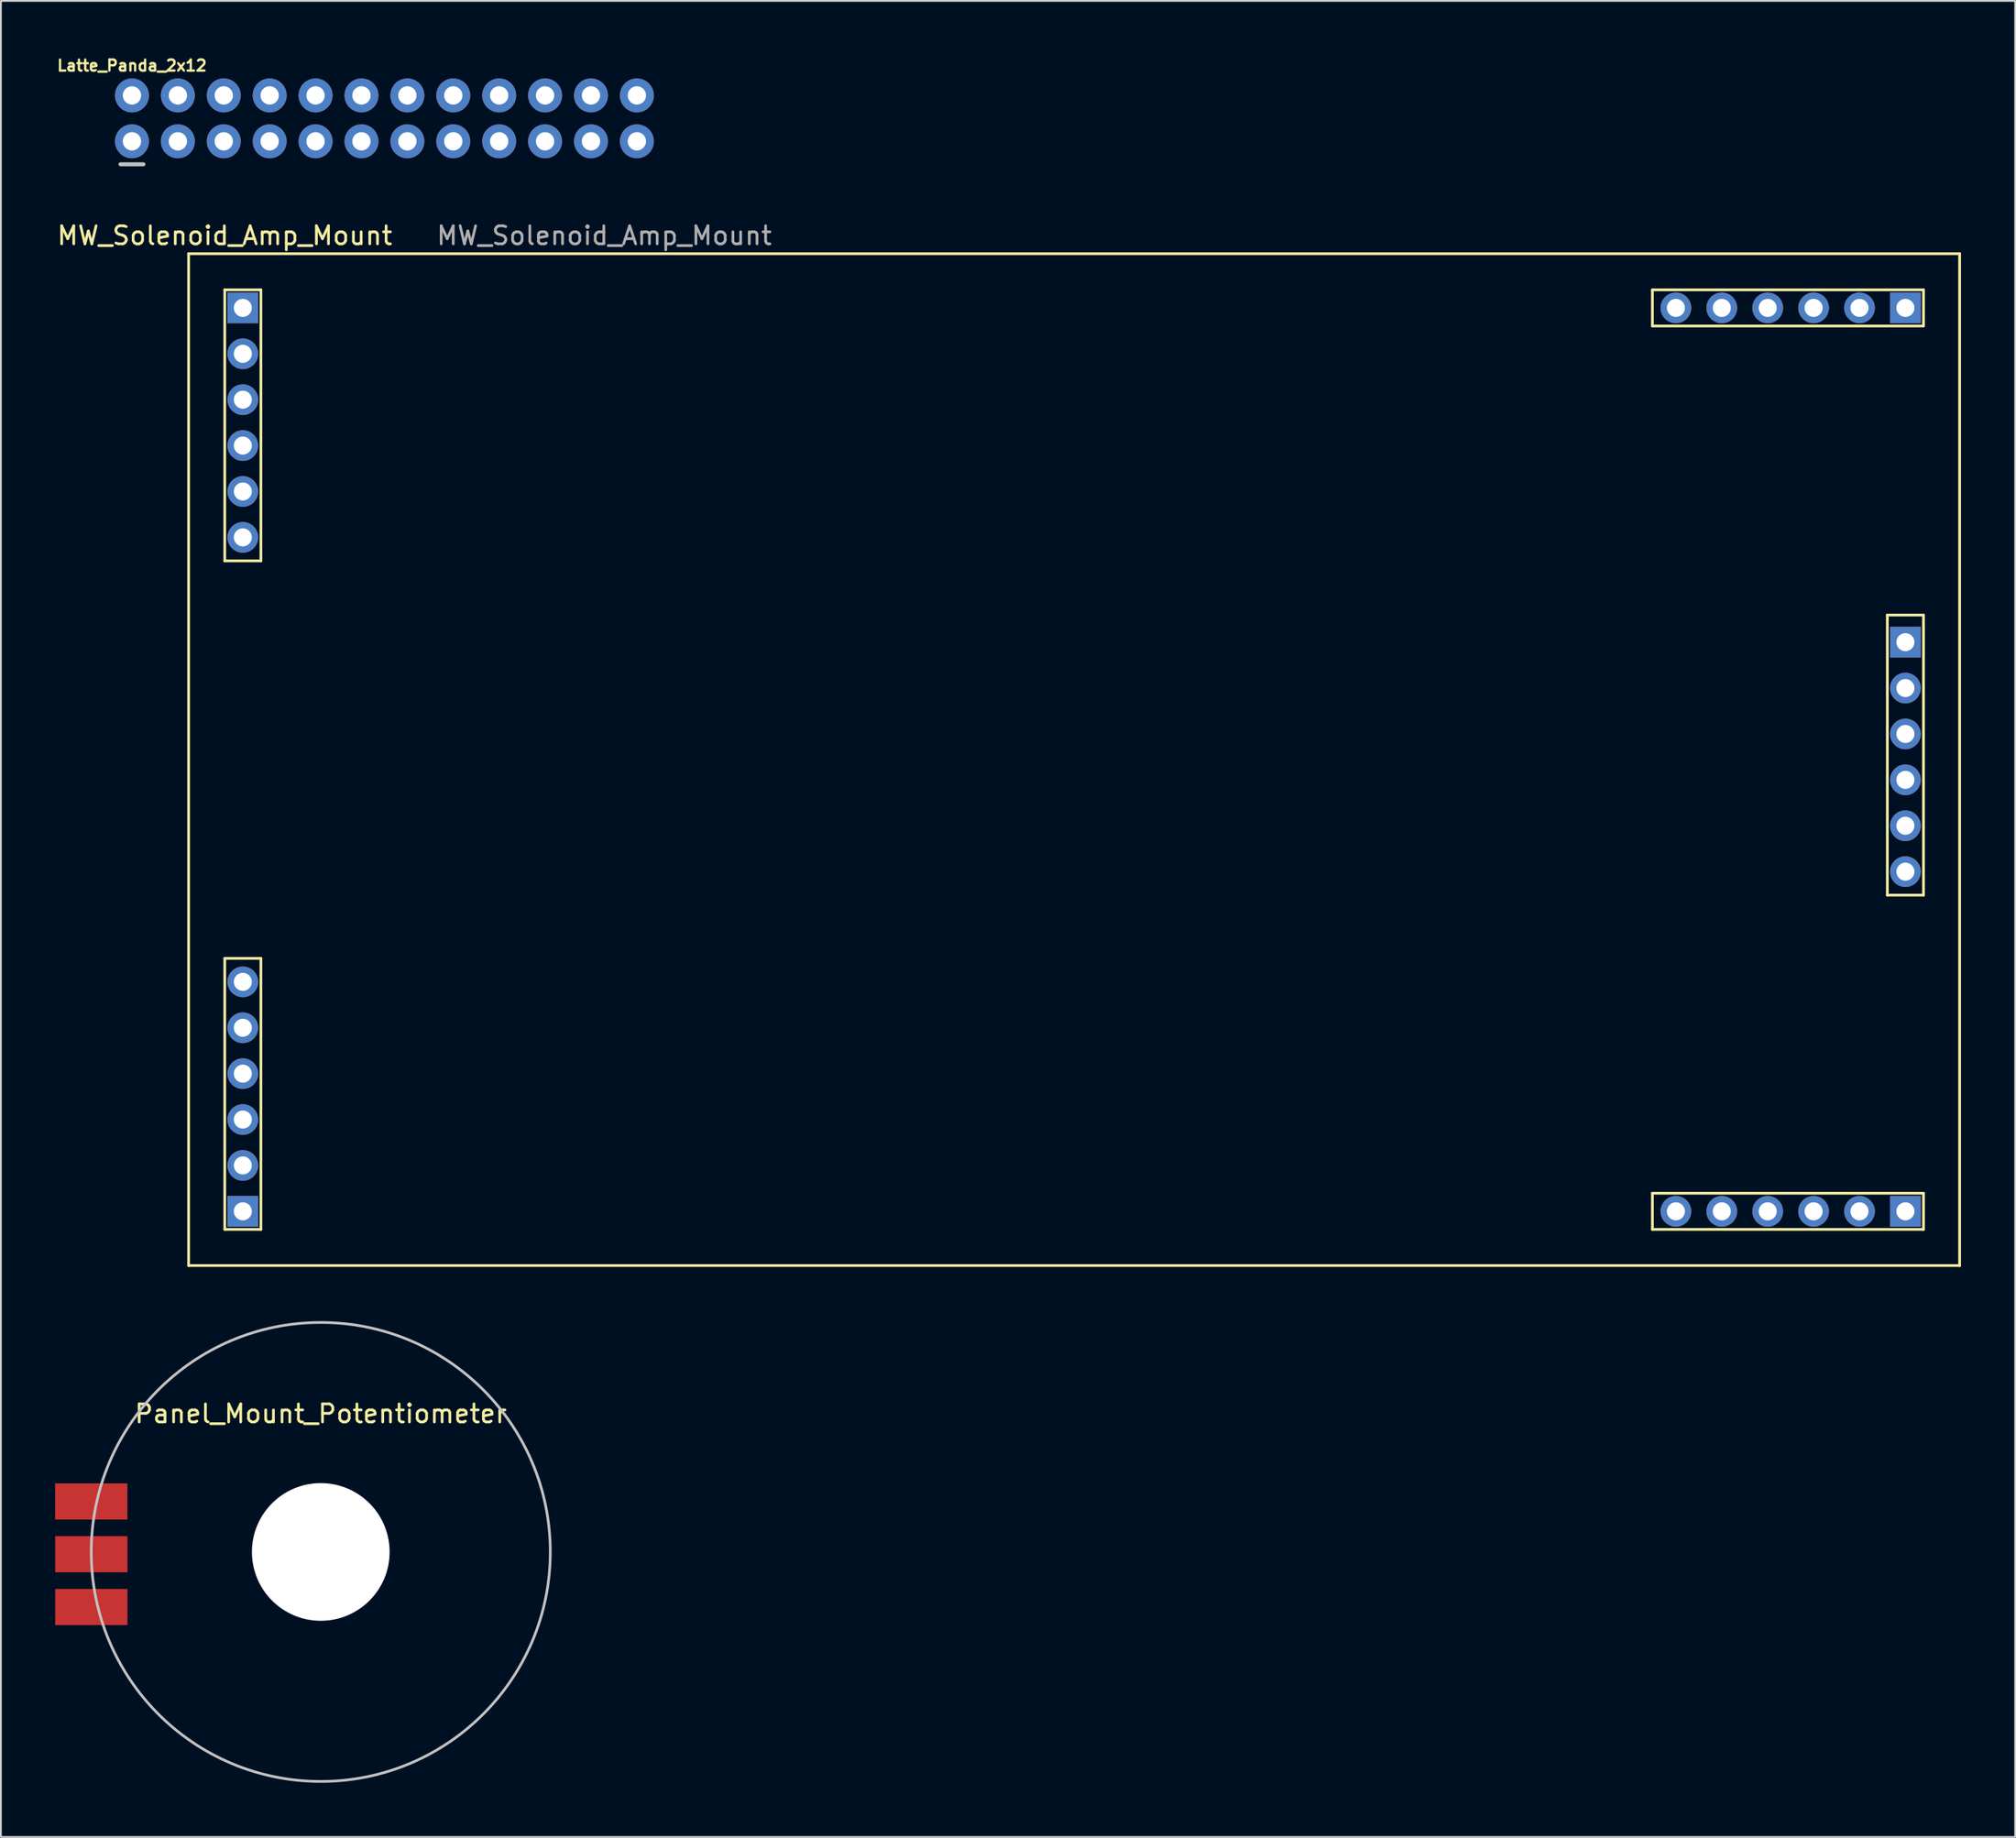
<source format=kicad_pcb>
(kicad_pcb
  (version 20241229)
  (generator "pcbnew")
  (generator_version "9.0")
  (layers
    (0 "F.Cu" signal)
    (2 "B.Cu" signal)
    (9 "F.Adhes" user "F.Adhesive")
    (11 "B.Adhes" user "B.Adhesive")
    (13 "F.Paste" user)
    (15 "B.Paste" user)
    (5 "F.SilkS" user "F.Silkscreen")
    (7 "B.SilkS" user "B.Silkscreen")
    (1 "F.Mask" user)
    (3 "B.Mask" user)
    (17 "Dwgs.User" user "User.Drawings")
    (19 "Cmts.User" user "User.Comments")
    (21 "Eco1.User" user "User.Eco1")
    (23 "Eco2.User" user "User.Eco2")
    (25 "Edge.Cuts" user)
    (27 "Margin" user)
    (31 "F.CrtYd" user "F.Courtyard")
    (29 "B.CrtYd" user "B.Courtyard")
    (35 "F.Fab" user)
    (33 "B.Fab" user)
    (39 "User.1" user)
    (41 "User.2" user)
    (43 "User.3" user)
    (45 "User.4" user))
  (footprint "MW_Solenoid_Amp_Mount"
    (layer "F.Cu")
    (at 10.387 13.99)
    (property "Reference" "MW_Solenoid_Amp_Mount" (at -1 -4 0) (layer "F.SilkS") (effects (font (size 1 1) (thickness 0.15))))
    (attr through_hole)
    (fp_line (start -3 -3) (end 95 -3) (stroke (width 0.15) (type solid)) (layer "F.SilkS"))
    (fp_line (start -3 53) (end -3 -3) (stroke (width 0.15) (type solid)) (layer "F.SilkS"))
    (fp_line (start -1 -1) (end 1 -1) (stroke (width 0.15) (type solid)) (layer "F.SilkS"))
    (fp_line (start -1 14) (end -1 -1) (stroke (width 0.15) (type solid)) (layer "F.SilkS"))
    (fp_line (start -1 36) (end -1 51) (stroke (width 0.15) (type solid)) (layer "F.SilkS"))
    (fp_line (start -1 51) (end 1 51) (stroke (width 0.15) (type solid)) (layer "F.SilkS"))
    (fp_line (start 1 -1) (end 1 14) (stroke (width 0.15) (type solid)) (layer "F.SilkS"))
    (fp_line (start 1 14) (end -1 14) (stroke (width 0.15) (type solid)) (layer "F.SilkS"))
    (fp_line (start 1 36) (end -1 36) (stroke (width 0.15) (type solid)) (layer "F.SilkS"))
    (fp_line (start 1 51) (end 1 36) (stroke (width 0.15) (type solid)) (layer "F.SilkS"))
    (fp_line (start 78 -1) (end 78 1) (stroke (width 0.15) (type solid)) (layer "F.SilkS"))
    (fp_line (start 78 1) (end 93 1) (stroke (width 0.15) (type solid)) (layer "F.SilkS"))
    (fp_line (start 78 49) (end 93 49) (stroke (width 0.15) (type solid)) (layer "F.SilkS"))
    (fp_line (start 78 51) (end 78 49) (stroke (width 0.15) (type solid)) (layer "F.SilkS"))
    (fp_line (start 91 17) (end 93 17) (stroke (width 0.15) (type solid)) (layer "F.SilkS"))
    (fp_line (start 91 32.5) (end 91 17) (stroke (width 0.15) (type solid)) (layer "F.SilkS"))
    (fp_line (start 93 -1) (end 78 -1) (stroke (width 0.15) (type solid)) (layer "F.SilkS"))
    (fp_line (start 93 1) (end 93 -1) (stroke (width 0.15) (type solid)) (layer "F.SilkS"))
    (fp_line (start 93 17) (end 93 32.5) (stroke (width 0.15) (type solid)) (layer "F.SilkS"))
    (fp_line (start 93 32.5) (end 91 32.5) (stroke (width 0.15) (type solid)) (layer "F.SilkS"))
    (fp_line (start 93 49) (end 93 51) (stroke (width 0.15) (type solid)) (layer "F.SilkS"))
    (fp_line (start 93 51) (end 78 51) (stroke (width 0.15) (type solid)) (layer "F.SilkS"))
    (fp_line (start 95 -3) (end 95 53) (stroke (width 0.15) (type solid)) (layer "F.SilkS"))
    (fp_line (start 95 53) (end -3 53) (stroke (width 0.15) (type solid)) (layer "F.SilkS"))
    (fp_text user "${REFERENCE}" (at 20 -4 180) (layer "F.Fab") (effects (font (size 1 1) (thickness 0.15))))
    (pad "1" thru_hole oval (at 79.3 0 270) (size 1.7 1.7) (drill 1) (layers "*.Cu" "*.Mask"))
    (pad "1" thru_hole oval (at 81.84 0 270) (size 1.7 1.7) (drill 1) (layers "*.Cu" "*.Mask"))
    (pad "1" thru_hole oval (at 84.38 0 270) (size 1.7 1.7) (drill 1) (layers "*.Cu" "*.Mask"))
    (pad "1" thru_hole oval (at 86.92 0 270) (size 1.7 1.7) (drill 1) (layers "*.Cu" "*.Mask"))
    (pad "1" thru_hole oval (at 89.46 0 270) (size 1.7 1.7) (drill 1) (layers "*.Cu" "*.Mask"))
    (pad "1" thru_hole rect (at 92 0 270) (size 1.7 1.7) (drill 1) (layers "*.Cu" "*.Mask"))
    (pad "2" thru_hole oval (at 0 37.3 180) (size 1.7 1.7) (drill 1) (layers "*.Cu" "*.Mask"))
    (pad "2" thru_hole oval (at 0 39.84 180) (size 1.7 1.7) (drill 1) (layers "*.Cu" "*.Mask"))
    (pad "2" thru_hole oval (at 0 42.38 180) (size 1.7 1.7) (drill 1) (layers "*.Cu" "*.Mask"))
    (pad "2" thru_hole oval (at 0 44.92 180) (size 1.7 1.7) (drill 1) (layers "*.Cu" "*.Mask"))
    (pad "2" thru_hole oval (at 0 47.46 180) (size 1.7 1.7) (drill 1) (layers "*.Cu" "*.Mask"))
    (pad "2" thru_hole rect (at 0 50 180) (size 1.7 1.7) (drill 1) (layers "*.Cu" "*.Mask"))
    (pad "2" thru_hole oval (at 79.3 50 270) (size 1.7 1.7) (drill 1) (layers "*.Cu" "*.Mask"))
    (pad "2" thru_hole oval (at 81.84 50 270) (size 1.7 1.7) (drill 1) (layers "*.Cu" "*.Mask"))
    (pad "2" thru_hole oval (at 84.38 50 270) (size 1.7 1.7) (drill 1) (layers "*.Cu" "*.Mask"))
    (pad "2" thru_hole oval (at 86.92 50 270) (size 1.7 1.7) (drill 1) (layers "*.Cu" "*.Mask"))
    (pad "2" thru_hole oval (at 89.46 50 270) (size 1.7 1.7) (drill 1) (layers "*.Cu" "*.Mask"))
    (pad "2" thru_hole rect (at 92 18.5) (size 1.7 1.7) (drill 1) (layers "*.Cu" "*.Mask"))
    (pad "2" thru_hole oval (at 92 21.04) (size 1.7 1.7) (drill 1) (layers "*.Cu" "*.Mask"))
    (pad "2" thru_hole oval (at 92 23.58) (size 1.7 1.7) (drill 1) (layers "*.Cu" "*.Mask"))
    (pad "2" thru_hole oval (at 92 26.12) (size 1.7 1.7) (drill 1) (layers "*.Cu" "*.Mask"))
    (pad "2" thru_hole oval (at 92 28.66) (size 1.7 1.7) (drill 1) (layers "*.Cu" "*.Mask"))
    (pad "2" thru_hole oval (at 92 31.2) (size 1.7 1.7) (drill 1) (layers "*.Cu" "*.Mask"))
    (pad "2" thru_hole rect (at 92 50 270) (size 1.7 1.7) (drill 1) (layers "*.Cu" "*.Mask"))
    (pad "3" thru_hole rect (at 0 0) (size 1.7 1.7) (drill 1) (layers "*.Cu" "*.Mask"))
    (pad "3" thru_hole oval (at 0 2.54) (size 1.7 1.7) (drill 1) (layers "*.Cu" "*.Mask"))
    (pad "4" thru_hole oval (at 0 5.08) (size 1.7 1.7) (drill 1) (layers "*.Cu" "*.Mask"))
    (pad "5" thru_hole oval (at 0 7.62) (size 1.7 1.7) (drill 1) (layers "*.Cu" "*.Mask"))
    (pad "6" thru_hole oval (at 0 10.16) (size 1.7 1.7) (drill 1) (layers "*.Cu" "*.Mask"))
    (pad "7" thru_hole oval (at 0 12.7) (size 1.7 1.7) (drill 1) (layers "*.Cu" "*.Mask")))
  (footprint "Latte_Panda_2x12"
    (layer "F.Cu")
    (at 4.252 4.771)
    (property "Reference" "Latte_Panda_2x12" (at 0 -4.191 0) (layer "F.SilkS") (effects (font (size 0.61 0.61) (thickness 0.127))))
    (attr exclude_from_pos_files exclude_from_bom)
    (fp_line (start -0.635 1.27) (end 0.635 1.27) (stroke (width 0.203) (type solid)) (layer "Dwgs.User"))
    (fp_line (start 0.635 1.27) (end -0.635 1.27) (stroke (width 0.203) (type solid)) (layer "Dwgs.User"))
    (pad "1" thru_hole circle (at 0 0) (size 1.88 1.88) (drill 1.016) (layers "*.Cu" "*.Mask"))
    (pad "2" thru_hole circle (at 0 -2.54) (size 1.88 1.88) (drill 1.016) (layers "*.Cu" "*.Mask"))
    (pad "3" thru_hole circle (at 2.54 0) (size 1.88 1.88) (drill 1.016) (layers "*.Cu" "*.Mask"))
    (pad "4" thru_hole circle (at 2.54 -2.54) (size 1.88 1.88) (drill 1.016) (layers "*.Cu" "*.Mask"))
    (pad "5" thru_hole circle (at 5.08 0) (size 1.88 1.88) (drill 1.016) (layers "*.Cu" "*.Mask"))
    (pad "6" thru_hole circle (at 5.08 -2.54) (size 1.88 1.88) (drill 1.016) (layers "*.Cu" "*.Mask"))
    (pad "7" thru_hole circle (at 7.62 0) (size 1.88 1.88) (drill 1.016) (layers "*.Cu" "*.Mask"))
    (pad "8" thru_hole circle (at 7.62 -2.54) (size 1.88 1.88) (drill 1.016) (layers "*.Cu" "*.Mask"))
    (pad "9" thru_hole circle (at 10.16 0) (size 1.88 1.88) (drill 1.016) (layers "*.Cu" "*.Mask"))
    (pad "10" thru_hole circle (at 10.16 -2.54) (size 1.88 1.88) (drill 1.016) (layers "*.Cu" "*.Mask"))
    (pad "11" thru_hole circle (at 12.7 0) (size 1.88 1.88) (drill 1.016) (layers "*.Cu" "*.Mask"))
    (pad "12" thru_hole circle (at 12.7 -2.54) (size 1.88 1.88) (drill 1.016) (layers "*.Cu" "*.Mask"))
    (pad "13" thru_hole circle (at 15.24 0) (size 1.88 1.88) (drill 1.016) (layers "*.Cu" "*.Mask"))
    (pad "14" thru_hole circle (at 15.24 -2.54) (size 1.88 1.88) (drill 1.016) (layers "*.Cu" "*.Mask"))
    (pad "15" thru_hole circle (at 17.78 0) (size 1.88 1.88) (drill 1.016) (layers "*.Cu" "*.Mask"))
    (pad "16" thru_hole circle (at 17.78 -2.54) (size 1.88 1.88) (drill 1.016) (layers "*.Cu" "*.Mask"))
    (pad "17" thru_hole circle (at 20.32 0) (size 1.88 1.88) (drill 1.016) (layers "*.Cu" "*.Mask"))
    (pad "18" thru_hole circle (at 20.32 -2.54) (size 1.88 1.88) (drill 1.016) (layers "*.Cu" "*.Mask"))
    (pad "19" thru_hole circle (at 22.86 0) (size 1.88 1.88) (drill 1.016) (layers "*.Cu" "*.Mask"))
    (pad "20" thru_hole circle (at 22.86 -2.54) (size 1.88 1.88) (drill 1.016) (layers "*.Cu" "*.Mask"))
    (pad "21" thru_hole circle (at 25.4 0) (size 1.88 1.88) (drill 1.016) (layers "*.Cu" "*.Mask"))
    (pad "22" thru_hole circle (at 25.4 -2.54) (size 1.88 1.88) (drill 1.016) (layers "*.Cu" "*.Mask"))
    (pad "23" thru_hole circle (at 27.94 0) (size 1.88 1.88) (drill 1.016) (layers "*.Cu" "*.Mask"))
    (pad "24" thru_hole circle (at 27.94 -2.54) (size 1.88 1.88) (drill 1.016) (layers "*.Cu" "*.Mask")))
  (footprint "Panel_Mount_Potentiometer"
    (layer "F.Cu")
    (at 14.7 82.841)
    (property "Reference" "Panel_Mount_Potentiometer" (at 0 -7.65 0) (layer "F.SilkS") (effects (font (size 1 1) (thickness 0.15))))
    (attr smd)
    (fp_circle (center 0 0) (end 12.701 0) (stroke (width 0.15) (type solid)) (fill no) (layer "Dwgs.User"))
    (fp_circle (center 0.25 0) (end 3.25 0) (stroke (width 0.1) (type solid)) (fill no) (layer "F.Fab"))
    (pad "" np_thru_hole circle (at 0 0) (size 7.62 7.62) (drill 7.62) (layers "*.Cu" "*.Mask"))
    (pad "1" smd rect (at -12.7 -2.794) (size 4 2) (layers "F.Cu" "F.Mask" "F.Paste"))
    (pad "2" smd rect (at -12.695 0.127) (size 4 2) (layers "F.Cu" "F.Mask" "F.Paste"))
    (pad "3" smd rect (at -12.695 3.048) (size 4 2) (layers "F.Cu" "F.Mask" "F.Paste")))
  (gr_rect
    (start -3 -3)
    (end 108.462 98.617)
    (stroke (width 0.1) (type default))
    (fill no)
    (layer "Edge.Cuts")))
</source>
